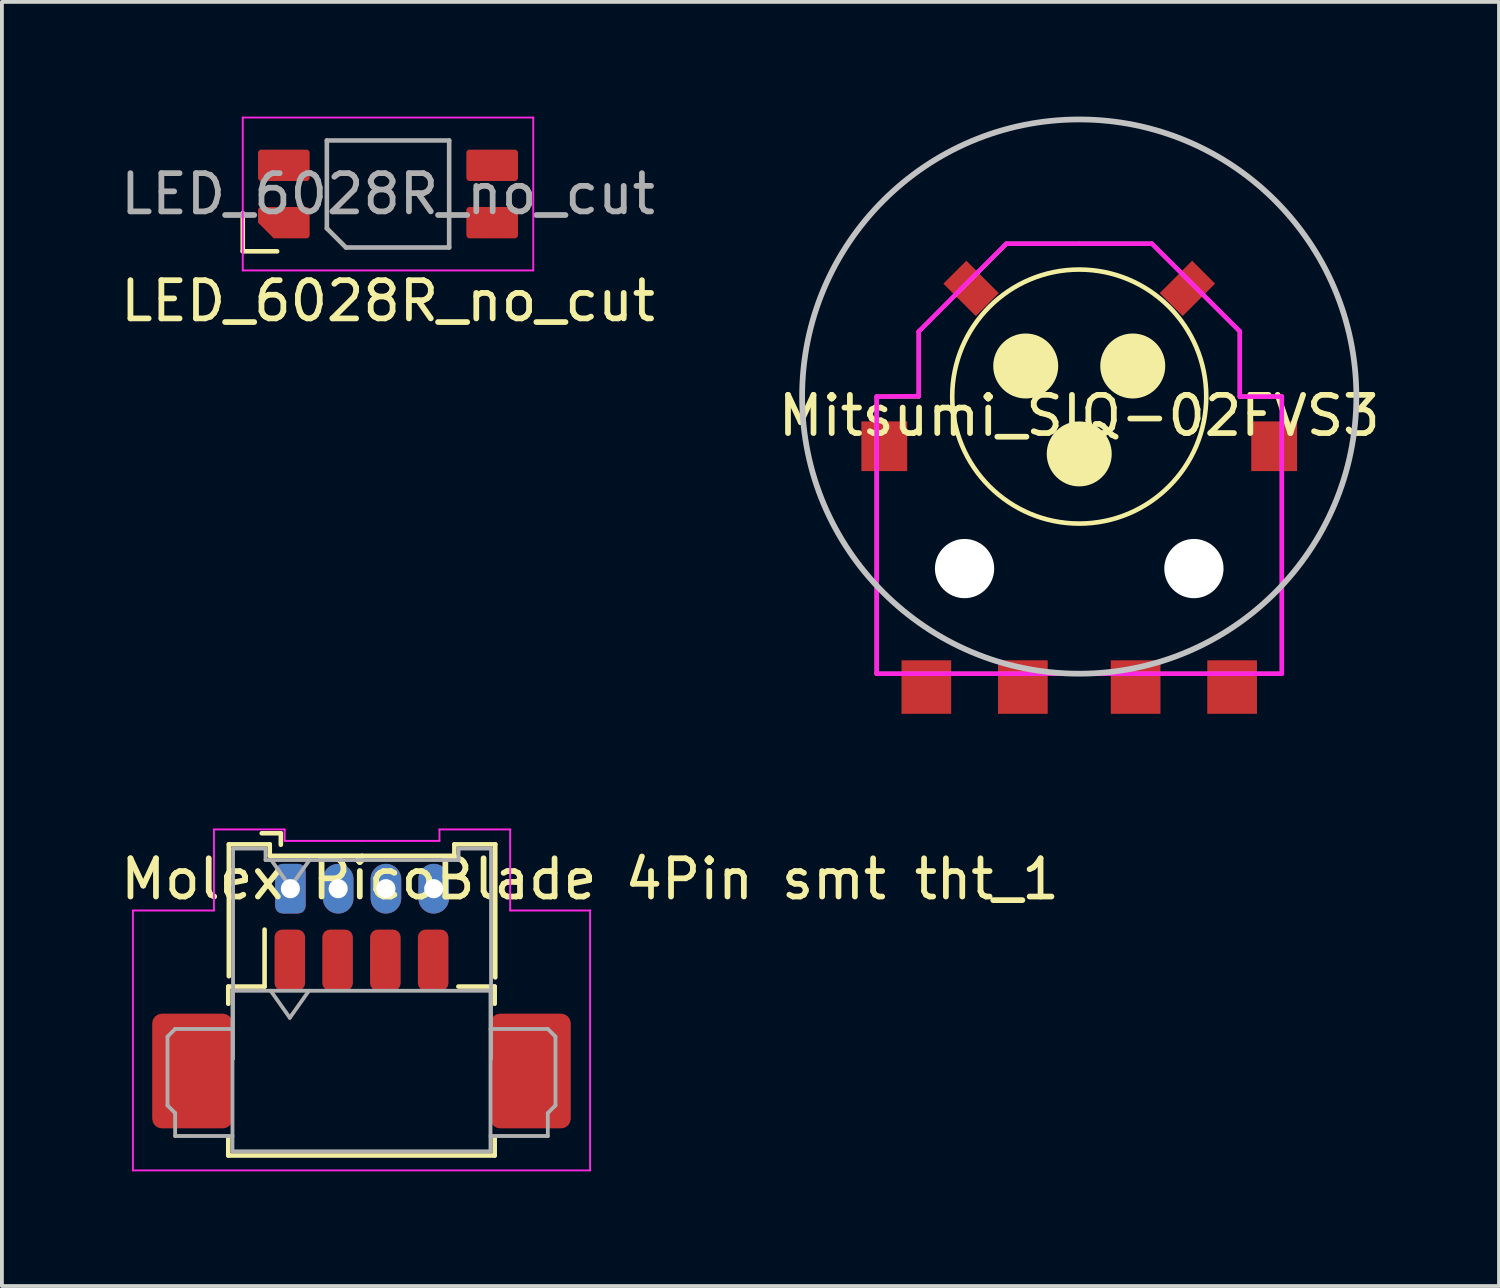
<source format=kicad_pcb>
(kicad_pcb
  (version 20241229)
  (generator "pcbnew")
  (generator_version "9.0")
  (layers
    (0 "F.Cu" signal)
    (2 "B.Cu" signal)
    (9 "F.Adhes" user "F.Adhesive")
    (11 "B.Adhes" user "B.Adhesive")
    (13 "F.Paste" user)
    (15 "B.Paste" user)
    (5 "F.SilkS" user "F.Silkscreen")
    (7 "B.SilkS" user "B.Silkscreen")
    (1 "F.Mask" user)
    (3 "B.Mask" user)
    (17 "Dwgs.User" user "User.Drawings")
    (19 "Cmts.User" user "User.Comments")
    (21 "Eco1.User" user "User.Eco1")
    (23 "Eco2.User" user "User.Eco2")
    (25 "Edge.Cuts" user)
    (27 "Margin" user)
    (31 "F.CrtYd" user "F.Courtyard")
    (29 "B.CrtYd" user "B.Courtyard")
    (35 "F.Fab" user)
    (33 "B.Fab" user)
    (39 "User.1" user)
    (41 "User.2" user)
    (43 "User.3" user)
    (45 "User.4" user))
  (footprint "Molex PicoBlade 4Pin smt tht_1"
    (layer "F.Cu")
    (at 6.417 25.16)
    (property "Reference" "Molex PicoBlade 4Pin smt tht_1" (at 5.97 -5.21 0) (unlocked yes) (layer "F.SilkS") (effects (font (size 1 1) (thickness 0.15))))
    (fp_line (start -3.495 -2.4) (end -2.545 -2.4) (stroke (width 0.12) (type solid)) (layer "F.SilkS"))
    (fp_line (start -3.495 -1.95) (end -3.495 -2.4) (stroke (width 0.12) (type solid)) (layer "F.SilkS"))
    (fp_line (start -3.495 1.57) (end -3.495 2.02) (stroke (width 0.12) (type solid)) (layer "F.SilkS"))
    (fp_line (start -3.495 2.02) (end 3.475 2.02) (stroke (width 0.12) (type solid)) (layer "F.SilkS"))
    (fp_line (start -3.48 -6.12) (end -3.48 -2.67) (stroke (width 0.12) (type solid)) (layer "F.SilkS"))
    (fp_line (start -2.545 -2.4) (end -2.545 -3.89) (stroke (width 0.12) (type solid)) (layer "F.SilkS"))
    (fp_line (start -2.41 -6.12) (end -3.48 -6.12) (stroke (width 0.12) (type solid)) (layer "F.SilkS"))
    (fp_line (start -2.41 -5.82) (end -2.41 -6.12) (stroke (width 0.12) (type solid)) (layer "F.SilkS"))
    (fp_line (start -2.12 -6.41) (end -2.62 -6.41) (stroke (width 0.12) (type solid)) (layer "F.SilkS"))
    (fp_line (start -2.12 -6.11) (end -2.12 -6.41) (stroke (width 0.12) (type solid)) (layer "F.SilkS"))
    (fp_line (start 0.005 -5.82) (end -2.41 -5.82) (stroke (width 0.12) (type solid)) (layer "F.SilkS"))
    (fp_line (start 0.005 -5.82) (end 2.42 -5.82) (stroke (width 0.12) (type solid)) (layer "F.SilkS"))
    (fp_line (start 2.42 -6.12) (end 3.49 -6.12) (stroke (width 0.12) (type solid)) (layer "F.SilkS"))
    (fp_line (start 2.42 -5.82) (end 2.42 -6.12) (stroke (width 0.12) (type solid)) (layer "F.SilkS"))
    (fp_line (start 3.475 -2.4) (end 2.525 -2.4) (stroke (width 0.12) (type solid)) (layer "F.SilkS"))
    (fp_line (start 3.475 -1.95) (end 3.475 -2.4) (stroke (width 0.12) (type solid)) (layer "F.SilkS"))
    (fp_line (start 3.475 2.02) (end 3.475 1.57) (stroke (width 0.12) (type solid)) (layer "F.SilkS"))
    (fp_line (start 3.49 -6.12) (end 3.49 -2.64) (stroke (width 0.12) (type solid)) (layer "F.SilkS"))
    (fp_line (start -5.99 -4.39) (end -5.99 2.41) (stroke (width 0.05) (type solid)) (layer "F.CrtYd"))
    (fp_line (start -5.99 2.41) (end 5.97 2.41) (stroke (width 0.05) (type solid)) (layer "F.CrtYd"))
    (fp_line (start -3.87 -6.51) (end -3.87 -4.39) (stroke (width 0.05) (type solid)) (layer "F.CrtYd"))
    (fp_line (start -3.87 -4.39) (end -5.99 -4.39) (stroke (width 0.05) (type solid)) (layer "F.CrtYd"))
    (fp_line (start -2.02 -6.51) (end -3.87 -6.51) (stroke (width 0.05) (type solid)) (layer "F.CrtYd"))
    (fp_line (start -2.02 -6.21) (end -2.02 -6.51) (stroke (width 0.05) (type solid)) (layer "F.CrtYd"))
    (fp_line (start 0 -6.21) (end 2.03 -6.21) (stroke (width 0.05) (type solid)) (layer "F.CrtYd"))
    (fp_line (start 0.01 -6.21) (end -2.02 -6.21) (stroke (width 0.05) (type solid)) (layer "F.CrtYd"))
    (fp_line (start 2.03 -6.51) (end 3.88 -6.51) (stroke (width 0.05) (type solid)) (layer "F.CrtYd"))
    (fp_line (start 2.03 -6.21) (end 2.03 -6.51) (stroke (width 0.05) (type solid)) (layer "F.CrtYd"))
    (fp_line (start 3.88 -6.51) (end 3.88 -4.39) (stroke (width 0.05) (type solid)) (layer "F.CrtYd"))
    (fp_line (start 3.88 -4.39) (end 5.97 -4.39) (stroke (width 0.05) (type solid)) (layer "F.CrtYd"))
    (fp_line (start 5.97 2.41) (end 5.97 -4.39) (stroke (width 0.05) (type solid)) (layer "F.CrtYd"))
    (fp_line (start -5.085 -1.09) (end -5.085 0.71) (stroke (width 0.1) (type solid)) (layer "F.Fab"))
    (fp_line (start -5.085 0.71) (end -4.885 0.91) (stroke (width 0.1) (type solid)) (layer "F.Fab"))
    (fp_line (start -4.885 -1.29) (end -5.085 -1.09) (stroke (width 0.1) (type solid)) (layer "F.Fab"))
    (fp_line (start -4.885 0.91) (end -4.885 1.51) (stroke (width 0.1) (type solid)) (layer "F.Fab"))
    (fp_line (start -4.885 1.51) (end -3.385 1.51) (stroke (width 0.1) (type solid)) (layer "F.Fab"))
    (fp_line (start -3.385 -2.29) (end -3.385 1.91) (stroke (width 0.1) (type solid)) (layer "F.Fab"))
    (fp_line (start -3.385 -2.29) (end 3.365 -2.29) (stroke (width 0.1) (type solid)) (layer "F.Fab"))
    (fp_line (start -3.385 -1.29) (end -4.885 -1.29) (stroke (width 0.1) (type solid)) (layer "F.Fab"))
    (fp_line (start -3.385 1.91) (end 3.365 1.91) (stroke (width 0.1) (type solid)) (layer "F.Fab"))
    (fp_line (start -3.37 -6.01) (end -3.37 -0.51) (stroke (width 0.1) (type solid)) (layer "F.Fab"))
    (fp_line (start -2.52 -6.01) (end -3.37 -6.01) (stroke (width 0.1) (type solid)) (layer "F.Fab"))
    (fp_line (start -2.52 -5.71) (end -2.52 -6.01) (stroke (width 0.1) (type solid)) (layer "F.Fab"))
    (fp_line (start -2.385 -2.29) (end -1.885 -1.583) (stroke (width 0.1) (type solid)) (layer "F.Fab"))
    (fp_line (start -2.37 -5.71) (end -1.87 -5.003) (stroke (width 0.1) (type solid)) (layer "F.Fab"))
    (fp_line (start -1.885 -1.583) (end -1.385 -2.29) (stroke (width 0.1) (type solid)) (layer "F.Fab"))
    (fp_line (start -1.87 -5.003) (end -1.37 -5.71) (stroke (width 0.1) (type solid)) (layer "F.Fab"))
    (fp_line (start 0.005 -5.71) (end -2.52 -5.71) (stroke (width 0.1) (type solid)) (layer "F.Fab"))
    (fp_line (start 0.005 -5.71) (end 2.53 -5.71) (stroke (width 0.1) (type solid)) (layer "F.Fab"))
    (fp_line (start 2.53 -6.01) (end 3.38 -6.01) (stroke (width 0.1) (type solid)) (layer "F.Fab"))
    (fp_line (start 2.53 -5.71) (end 2.53 -6.01) (stroke (width 0.1) (type solid)) (layer "F.Fab"))
    (fp_line (start 3.365 -2.29) (end 3.365 1.91) (stroke (width 0.1) (type solid)) (layer "F.Fab"))
    (fp_line (start 3.365 -1.29) (end 4.865 -1.29) (stroke (width 0.1) (type solid)) (layer "F.Fab"))
    (fp_line (start 3.38 -6.01) (end 3.38 -0.51) (stroke (width 0.1) (type solid)) (layer "F.Fab"))
    (fp_line (start 4.865 -1.29) (end 5.065 -1.09) (stroke (width 0.1) (type solid)) (layer "F.Fab"))
    (fp_line (start 4.865 0.91) (end 4.865 1.51) (stroke (width 0.1) (type solid)) (layer "F.Fab"))
    (fp_line (start 4.865 1.51) (end 3.365 1.51) (stroke (width 0.1) (type solid)) (layer "F.Fab"))
    (fp_line (start 5.065 -1.09) (end 5.065 0.71) (stroke (width 0.1) (type solid)) (layer "F.Fab"))
    (fp_line (start 5.065 0.71) (end 4.865 0.91) (stroke (width 0.1) (type solid)) (layer "F.Fab"))
    (pad "1" smd roundrect (at -1.885 -3.09) (size 0.8 1.6) (layers "F.Cu" "F.Mask" "F.Paste") (roundrect_rratio 0.25))
    (pad "1" thru_hole roundrect (at -1.87 -4.96) (size 0.8 1.3) (drill 0.5) (layers "*.Cu" "*.Mask") (roundrect_rratio 0.25))
    (pad "2" smd roundrect (at -0.635 -3.09) (size 0.8 1.6) (layers "F.Cu" "F.Mask" "F.Paste") (roundrect_rratio 0.25))
    (pad "2" thru_hole oval (at -0.62 -4.96) (size 0.8 1.3) (drill 0.5) (layers "*.Cu" "*.Mask"))
    (pad "3" smd roundrect (at 0.615 -3.09) (size 0.8 1.6) (layers "F.Cu" "F.Mask" "F.Paste") (roundrect_rratio 0.25))
    (pad "3" thru_hole oval (at 0.63 -4.96) (size 0.8 1.3) (drill 0.5) (layers "*.Cu" "*.Mask"))
    (pad "4" smd roundrect (at 1.865 -3.09) (size 0.8 1.6) (layers "F.Cu" "F.Mask" "F.Paste") (roundrect_rratio 0.25))
    (pad "4" thru_hole oval (at 1.88 -4.96) (size 0.8 1.3) (drill 0.5) (layers "*.Cu" "*.Mask"))
    (pad "MP" smd roundrect (at -4.435 -0.19) (size 2.1 3) (layers "F.Cu" "F.Mask" "F.Paste") (roundrect_rratio 0.119))
    (pad "MP" smd roundrect (at 4.415 -0.19) (size 2.1 3) (layers "F.Cu" "F.Mask" "F.Paste") (roundrect_rratio 0.119)))
  (footprint "Mitsumi_SIQ-02FVS3"
    (layer "F.Cu")
    (at 25.185 7.325)
    (property "Reference" "Mitsumi_SIQ-02FVS3" (at 0 0.5 0) (layer "F.SilkS") (effects (font (size 1 1) (thickness 0.15))))
    (attr through_hole)
    (fp_line (start -5.3 0) (end -4.2 0) (stroke (width 0.1) (type solid)) (layer "F.SilkS"))
    (fp_line (start -5.3 7.25) (end -5.3 0) (stroke (width 0.1) (type solid)) (layer "F.SilkS"))
    (fp_line (start -4.2 -1.7) (end -4.2 0) (stroke (width 0.1) (type solid)) (layer "F.SilkS"))
    (fp_line (start -1.9 -4) (end -4.2 -1.7) (stroke (width 0.1) (type solid)) (layer "F.SilkS"))
    (fp_line (start 0 -4) (end -1.9 -4) (stroke (width 0.1) (type solid)) (layer "F.SilkS"))
    (fp_line (start 0 -4) (end 1.9 -4) (stroke (width 0.1) (type solid)) (layer "F.SilkS"))
    (fp_line (start 0 7.25) (end -5.3 7.25) (stroke (width 0.1) (type solid)) (layer "F.SilkS"))
    (fp_line (start 0 7.25) (end 5.3 7.25) (stroke (width 0.1) (type solid)) (layer "F.SilkS"))
    (fp_line (start 1.9 -4) (end 4.2 -1.7) (stroke (width 0.1) (type solid)) (layer "F.SilkS"))
    (fp_line (start 4.2 -1.7) (end 4.2 0) (stroke (width 0.1) (type solid)) (layer "F.SilkS"))
    (fp_line (start 5.3 0) (end 4.2 0) (stroke (width 0.1) (type solid)) (layer "F.SilkS"))
    (fp_line (start 5.3 7.25) (end 5.3 0) (stroke (width 0.1) (type solid)) (layer "F.SilkS"))
    (fp_circle (center -1.4 -0.8) (end -0.55 -0.8) (stroke (width 0) (type solid)) (fill yes) (layer "F.SilkS"))
    (fp_circle (center 0 0) (end 3.323 0) (stroke (width 0.12) (type solid)) (fill no) (layer "F.SilkS"))
    (fp_circle (center 0 1.5) (end 0.85 1.5) (stroke (width 0) (type solid)) (fill yes) (layer "F.SilkS"))
    (fp_circle (center 1.4 -0.8) (end 2.25 -0.8) (stroke (width 0) (type solid)) (fill yes) (layer "F.SilkS"))
    (fp_circle (center 0 0) (end 7.25 0) (stroke (width 0.15) (type solid)) (fill no) (layer "Dwgs.User"))
    (fp_line (start -5.3 0) (end -5.3 7.25) (stroke (width 0.12) (type solid)) (layer "F.CrtYd"))
    (fp_line (start -5.3 7.25) (end 5.3 7.25) (stroke (width 0.12) (type solid)) (layer "F.CrtYd"))
    (fp_line (start -4.2 -1.7) (end -4.2 -0.01) (stroke (width 0.12) (type solid)) (layer "F.CrtYd"))
    (fp_line (start -4.2 -0.01) (end -5.3 0) (stroke (width 0.12) (type solid)) (layer "F.CrtYd"))
    (fp_line (start -1.91 -4) (end -4.2 -1.7) (stroke (width 0.12) (type solid)) (layer "F.CrtYd"))
    (fp_line (start 1.9 -4) (end -1.91 -4) (stroke (width 0.12) (type solid)) (layer "F.CrtYd"))
    (fp_line (start 4.2 -1.71) (end 1.9 -4) (stroke (width 0.12) (type solid)) (layer "F.CrtYd"))
    (fp_line (start 4.2 0) (end 4.2 -1.71) (stroke (width 0.12) (type solid)) (layer "F.CrtYd"))
    (fp_line (start 5.3 0) (end 4.2 0) (stroke (width 0.12) (type solid)) (layer "F.CrtYd"))
    (fp_line (start 5.3 7.25) (end 5.3 0) (stroke (width 0.12) (type solid)) (layer "F.CrtYd"))
    (pad "" smd rect (at -5.1 1.3) (size 1.2 1.3) (layers "F.Cu" "F.Mask" "F.Paste"))
    (pad "" np_thru_hole circle (at -3 4.5) (size 1.55 1.55) (drill 1.55) (layers "*.Cu" "*.Mask"))
    (pad "" smd rect (at -2.83 -2.83 45) (size 0.85 1.2) (layers "F.Cu" "F.Mask" "F.Paste"))
    (pad "" smd rect (at 2.83 -2.83 135) (size 0.85 1.2) (layers "F.Cu" "F.Mask" "F.Paste"))
    (pad "" np_thru_hole circle (at 3 4.5) (size 1.55 1.55) (drill 1.55) (layers "*.Cu" "*.Mask"))
    (pad "" smd rect (at 5.1 1.3) (size 1.2 1.3) (layers "F.Cu" "F.Mask" "F.Paste"))
    (pad "A" smd rect (at -4 7.6) (size 1.3 1.4) (layers "F.Cu" "F.Mask" "F.Paste"))
    (pad "B" smd rect (at 4 7.6) (size 1.3 1.4) (layers "F.Cu" "F.Mask" "F.Paste"))
    (pad "C" smd rect (at 1.475 7.6) (size 1.3 1.4) (layers "F.Cu" "F.Mask" "F.Paste"))
    (pad "S" smd rect (at -1.475 7.6) (size 1.3 1.4) (layers "F.Cu" "F.Mask" "F.Paste")))
  (footprint "LED_6028R_no_cut"
    (layer "F.Cu")
    (at 7.101 2.025)
    (property "Reference" "LED_6028R_no_cut" (at 0 2.8 0) (layer "F.SilkS") (effects (font (size 1 1) (thickness 0.15))))
    (attr smd)
    (fp_line (start -3.8 0.5) (end -3.8 1.5) (stroke (width 0.12) (type solid)) (layer "F.SilkS"))
    (fp_line (start -3.8 1.5) (end -2.9 1.5) (stroke (width 0.12) (type solid)) (layer "F.SilkS"))
    (fp_line (start -3.8 -2) (end 3.8 -2) (stroke (width 0.05) (type solid)) (layer "F.CrtYd"))
    (fp_line (start -3.8 2) (end -3.8 -2) (stroke (width 0.05) (type solid)) (layer "F.CrtYd"))
    (fp_line (start 3.8 -2) (end 3.8 2) (stroke (width 0.05) (type solid)) (layer "F.CrtYd"))
    (fp_line (start 3.8 2) (end -3.8 2) (stroke (width 0.05) (type solid)) (layer "F.CrtYd"))
    (fp_line (start -1.6 -1.4) (end 1.6 -1.4) (stroke (width 0.12) (type solid)) (layer "F.Fab"))
    (fp_line (start -1.6 0.9) (end -1.6 -1.4) (stroke (width 0.12) (type solid)) (layer "F.Fab"))
    (fp_line (start -1.6 0.9) (end -1.1 1.4) (stroke (width 0.12) (type solid)) (layer "F.Fab"))
    (fp_line (start 1.6 -1.4) (end 1.6 1.4) (stroke (width 0.12) (type solid)) (layer "F.Fab"))
    (fp_line (start 1.6 1.4) (end -1.1 1.4) (stroke (width 0.12) (type solid)) (layer "F.Fab"))
    (fp_text user "${REFERENCE}" (at 0 0 0) (layer "F.Fab") (effects (font (size 1 1) (thickness 0.15))))
    (pad "1" smd roundrect (at 2.725 -0.75 90) (size 0.82 1.35) (layers "F.Cu" "F.Mask" "F.Paste") (roundrect_rratio 0.1))
    (pad "2" smd roundrect (at 2.725 0.75 90) (size 0.82 1.35) (layers "F.Cu" "F.Mask" "F.Paste") (roundrect_rratio 0.1))
    (pad "3" smd roundrect (at -2.725 -0.75 90) (size 0.82 1.35) (layers "F.Cu" "F.Mask" "F.Paste") (roundrect_rratio 0.1))
    (pad "4" smd roundrect (at -2.725 0.75 90) (size 0.82 1.35) (layers "F.Cu" "F.Mask" "F.Paste") (roundrect_rratio 0.1) (chamfer_ratio 0.5) (chamfer top_left)))
  (gr_rect
    (start -3 -3)
    (end 36.167 30.595)
    (stroke (width 0.1) (type default))
    (fill no)
    (layer "Edge.Cuts")))
</source>
